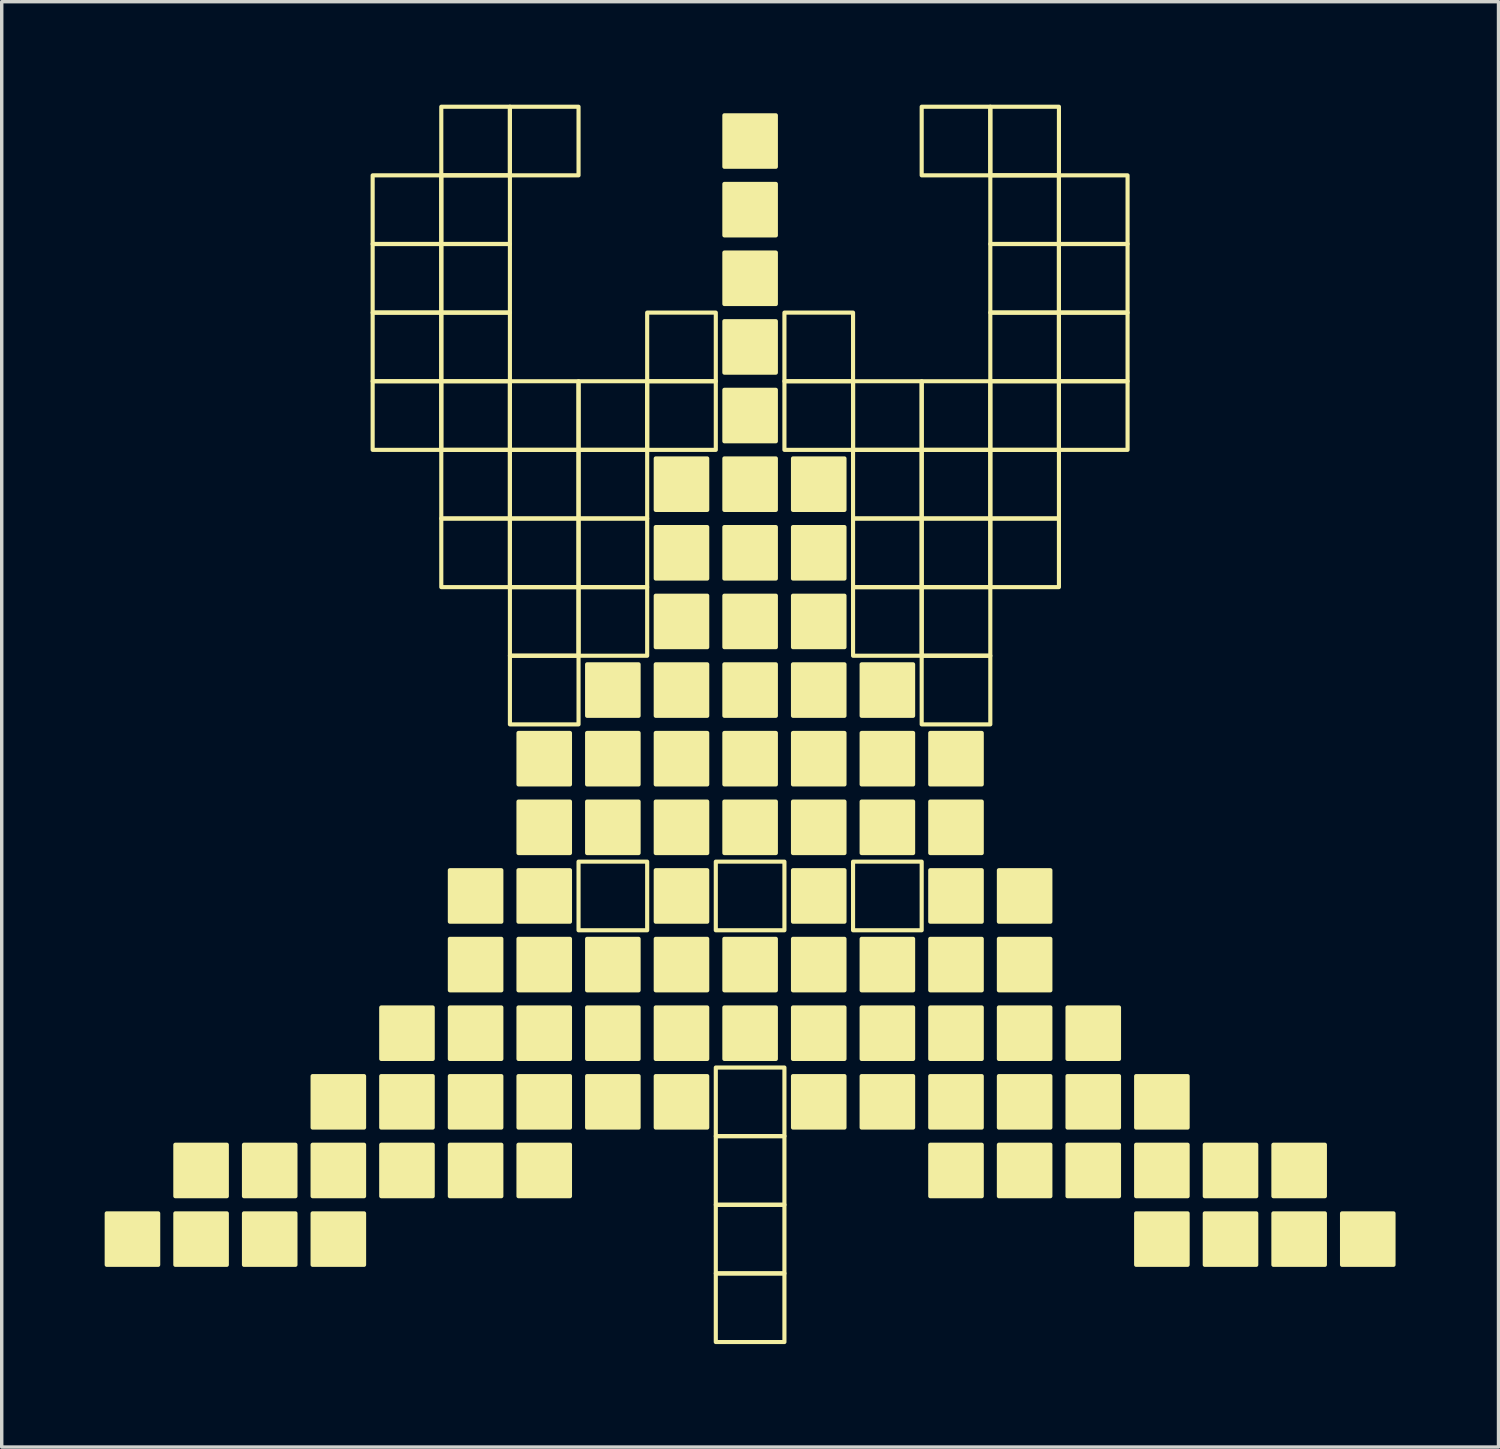
<source format=kicad_pcb>
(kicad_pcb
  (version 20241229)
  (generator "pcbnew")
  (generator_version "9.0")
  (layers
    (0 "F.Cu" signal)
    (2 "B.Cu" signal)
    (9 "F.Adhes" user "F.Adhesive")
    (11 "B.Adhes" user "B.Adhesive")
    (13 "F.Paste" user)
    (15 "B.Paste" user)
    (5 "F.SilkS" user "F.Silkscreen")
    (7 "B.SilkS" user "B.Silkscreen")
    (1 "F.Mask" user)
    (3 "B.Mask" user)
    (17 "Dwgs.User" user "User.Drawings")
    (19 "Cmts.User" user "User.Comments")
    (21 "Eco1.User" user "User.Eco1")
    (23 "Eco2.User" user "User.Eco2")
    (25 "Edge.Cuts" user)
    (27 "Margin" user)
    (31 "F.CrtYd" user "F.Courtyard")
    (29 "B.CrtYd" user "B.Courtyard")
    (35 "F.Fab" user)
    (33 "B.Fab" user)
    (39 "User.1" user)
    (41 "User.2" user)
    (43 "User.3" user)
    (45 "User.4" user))
  (footprint "Invader_high_medium"
    (layer "F.Cu")
    (at 18.81 18.06)
    (property "Reference" "Invader_high_medium" (at -0.273 0 180) (layer "User.1") (effects (font (size 1.524 1.524) (thickness 0.3))))
    (attr board_only exclude_from_pos_files exclude_from_bom)
    (fp_rect (start -18.75 14.25) (end -17.25 15.75) (stroke (width 0.12) (type solid)) (fill yes) (layer "F.SilkS"))
    (fp_rect (start -16.75 12.25) (end -15.25 13.75) (stroke (width 0.12) (type solid)) (fill yes) (layer "F.SilkS"))
    (fp_rect (start -16.75 14.25) (end -15.25 15.75) (stroke (width 0.12) (type solid)) (fill yes) (layer "F.SilkS"))
    (fp_rect (start -14.75 12.25) (end -13.25 13.75) (stroke (width 0.12) (type solid)) (fill yes) (layer "F.SilkS"))
    (fp_rect (start -14.75 14.25) (end -13.25 15.75) (stroke (width 0.12) (type solid)) (fill yes) (layer "F.SilkS"))
    (fp_rect (start -12.75 10.25) (end -11.25 11.75) (stroke (width 0.12) (type solid)) (fill yes) (layer "F.SilkS"))
    (fp_rect (start -12.75 12.25) (end -11.25 13.75) (stroke (width 0.12) (type solid)) (fill yes) (layer "F.SilkS"))
    (fp_rect (start -12.75 14.25) (end -11.25 15.75) (stroke (width 0.12) (type solid)) (fill yes) (layer "F.SilkS"))
    (fp_rect (start -11 -16) (end -9 -14) (stroke (width 0.12) (type solid)) (fill no) (layer "F.SilkS"))
    (fp_rect (start -11 -14) (end -9 -12) (stroke (width 0.12) (type solid)) (fill no) (layer "F.SilkS"))
    (fp_rect (start -11 -12) (end -9 -10) (stroke (width 0.12) (type solid)) (fill no) (layer "F.SilkS"))
    (fp_rect (start -11 -10) (end -9 -8) (stroke (width 0.12) (type solid)) (fill no) (layer "F.SilkS"))
    (fp_rect (start -10.75 8.25) (end -9.25 9.75) (stroke (width 0.12) (type solid)) (fill yes) (layer "F.SilkS"))
    (fp_rect (start -10.75 10.25) (end -9.25 11.75) (stroke (width 0.12) (type solid)) (fill yes) (layer "F.SilkS"))
    (fp_rect (start -10.75 12.25) (end -9.25 13.75) (stroke (width 0.12) (type solid)) (fill yes) (layer "F.SilkS"))
    (fp_rect (start -9 -18) (end -7 -16) (stroke (width 0.12) (type solid)) (fill no) (layer "F.SilkS"))
    (fp_rect (start -9 -16) (end -7 -14) (stroke (width 0.12) (type solid)) (fill no) (layer "F.SilkS"))
    (fp_rect (start -9 -14) (end -7 -12) (stroke (width 0.12) (type solid)) (fill no) (layer "F.SilkS"))
    (fp_rect (start -9 -12) (end -7 -10) (stroke (width 0.12) (type solid)) (fill no) (layer "F.SilkS"))
    (fp_rect (start -9 -10) (end -7 -8) (stroke (width 0.12) (type solid)) (fill no) (layer "F.SilkS"))
    (fp_rect (start -9 -8) (end -7 -6) (stroke (width 0.12) (type solid)) (fill no) (layer "F.SilkS"))
    (fp_rect (start -9 -6) (end -7 -4) (stroke (width 0.12) (type solid)) (fill no) (layer "F.SilkS"))
    (fp_rect (start -8.75 4.25) (end -7.25 5.75) (stroke (width 0.12) (type solid)) (fill yes) (layer "F.SilkS"))
    (fp_rect (start -8.75 6.25) (end -7.25 7.75) (stroke (width 0.12) (type solid)) (fill yes) (layer "F.SilkS"))
    (fp_rect (start -8.75 8.25) (end -7.25 9.75) (stroke (width 0.12) (type solid)) (fill yes) (layer "F.SilkS"))
    (fp_rect (start -8.75 10.25) (end -7.25 11.75) (stroke (width 0.12) (type solid)) (fill yes) (layer "F.SilkS"))
    (fp_rect (start -8.75 12.25) (end -7.25 13.75) (stroke (width 0.12) (type solid)) (fill yes) (layer "F.SilkS"))
    (fp_rect (start -7 -18) (end -5 -16) (stroke (width 0.12) (type solid)) (fill no) (layer "F.SilkS"))
    (fp_rect (start -7 -10) (end -5 -8) (stroke (width 0.12) (type solid)) (fill no) (layer "F.SilkS"))
    (fp_rect (start -7 -8) (end -5 -6) (stroke (width 0.12) (type solid)) (fill no) (layer "F.SilkS"))
    (fp_rect (start -7 -6) (end -5 -4) (stroke (width 0.12) (type solid)) (fill no) (layer "F.SilkS"))
    (fp_rect (start -7 -4) (end -5 -2) (stroke (width 0.12) (type solid)) (fill no) (layer "F.SilkS"))
    (fp_rect (start -7 -2) (end -5 0) (stroke (width 0.12) (type solid)) (fill no) (layer "F.SilkS"))
    (fp_rect (start -6.75 0.25) (end -5.25 1.75) (stroke (width 0.12) (type solid)) (fill yes) (layer "F.SilkS"))
    (fp_rect (start -6.75 2.25) (end -5.25 3.75) (stroke (width 0.12) (type solid)) (fill yes) (layer "F.SilkS"))
    (fp_rect (start -6.75 4.25) (end -5.25 5.75) (stroke (width 0.12) (type solid)) (fill yes) (layer "F.SilkS"))
    (fp_rect (start -6.75 6.25) (end -5.25 7.75) (stroke (width 0.12) (type solid)) (fill yes) (layer "F.SilkS"))
    (fp_rect (start -6.75 8.25) (end -5.25 9.75) (stroke (width 0.12) (type solid)) (fill yes) (layer "F.SilkS"))
    (fp_rect (start -6.75 10.25) (end -5.25 11.75) (stroke (width 0.12) (type solid)) (fill yes) (layer "F.SilkS"))
    (fp_rect (start -6.75 12.25) (end -5.25 13.75) (stroke (width 0.12) (type solid)) (fill yes) (layer "F.SilkS"))
    (fp_rect (start -5 -10) (end -3 -8) (stroke (width 0.12) (type solid)) (fill no) (layer "F.SilkS"))
    (fp_rect (start -5 -8) (end -3 -6) (stroke (width 0.12) (type solid)) (fill no) (layer "F.SilkS"))
    (fp_rect (start -5 -6) (end -3 -4) (stroke (width 0.12) (type solid)) (fill no) (layer "F.SilkS"))
    (fp_rect (start -5 -4) (end -3 -2) (stroke (width 0.12) (type solid)) (fill no) (layer "F.SilkS"))
    (fp_rect (start -5 4) (end -3 6) (stroke (width 0.12) (type solid)) (fill no) (layer "F.SilkS"))
    (fp_rect (start -4.75 -1.75) (end -3.25 -0.25) (stroke (width 0.12) (type solid)) (fill yes) (layer "F.SilkS"))
    (fp_rect (start -4.75 0.25) (end -3.25 1.75) (stroke (width 0.12) (type solid)) (fill yes) (layer "F.SilkS"))
    (fp_rect (start -4.75 2.25) (end -3.25 3.75) (stroke (width 0.12) (type solid)) (fill yes) (layer "F.SilkS"))
    (fp_rect (start -4.75 6.25) (end -3.25 7.75) (stroke (width 0.12) (type solid)) (fill yes) (layer "F.SilkS"))
    (fp_rect (start -4.75 8.25) (end -3.25 9.75) (stroke (width 0.12) (type solid)) (fill yes) (layer "F.SilkS"))
    (fp_rect (start -4.75 10.25) (end -3.25 11.75) (stroke (width 0.12) (type solid)) (fill yes) (layer "F.SilkS"))
    (fp_rect (start -3 -12) (end -1 -10) (stroke (width 0.12) (type solid)) (fill no) (layer "F.SilkS"))
    (fp_rect (start -3 -10) (end -1 -8) (stroke (width 0.12) (type solid)) (fill no) (layer "F.SilkS"))
    (fp_rect (start -2.75 -7.75) (end -1.25 -6.25) (stroke (width 0.12) (type solid)) (fill yes) (layer "F.SilkS"))
    (fp_rect (start -2.75 -5.75) (end -1.25 -4.25) (stroke (width 0.12) (type solid)) (fill yes) (layer "F.SilkS"))
    (fp_rect (start -2.75 -3.75) (end -1.25 -2.25) (stroke (width 0.12) (type solid)) (fill yes) (layer "F.SilkS"))
    (fp_rect (start -2.75 -1.75) (end -1.25 -0.25) (stroke (width 0.12) (type solid)) (fill yes) (layer "F.SilkS"))
    (fp_rect (start -2.75 0.25) (end -1.25 1.75) (stroke (width 0.12) (type solid)) (fill yes) (layer "F.SilkS"))
    (fp_rect (start -2.75 2.25) (end -1.25 3.75) (stroke (width 0.12) (type solid)) (fill yes) (layer "F.SilkS"))
    (fp_rect (start -2.75 4.25) (end -1.25 5.75) (stroke (width 0.12) (type solid)) (fill yes) (layer "F.SilkS"))
    (fp_rect (start -2.75 6.25) (end -1.25 7.75) (stroke (width 0.12) (type solid)) (fill yes) (layer "F.SilkS"))
    (fp_rect (start -2.75 8.25) (end -1.25 9.75) (stroke (width 0.12) (type solid)) (fill yes) (layer "F.SilkS"))
    (fp_rect (start -2.75 10.25) (end -1.25 11.75) (stroke (width 0.12) (type solid)) (fill yes) (layer "F.SilkS"))
    (fp_rect (start -1 4) (end 1 6) (stroke (width 0.12) (type solid)) (fill no) (layer "F.SilkS"))
    (fp_rect (start -1 10) (end 1 12) (stroke (width 0.12) (type solid)) (fill no) (layer "F.SilkS"))
    (fp_rect (start -1 12) (end 1 14) (stroke (width 0.12) (type solid)) (fill no) (layer "F.SilkS"))
    (fp_rect (start -1 14) (end 1 16) (stroke (width 0.12) (type solid)) (fill no) (layer "F.SilkS"))
    (fp_rect (start -1 16) (end 1 18) (stroke (width 0.12) (type solid)) (fill no) (layer "F.SilkS"))
    (fp_rect (start -0.75 -17.75) (end 0.75 -16.25) (stroke (width 0.12) (type solid)) (fill yes) (layer "F.SilkS"))
    (fp_rect (start -0.75 -15.75) (end 0.75 -14.25) (stroke (width 0.12) (type solid)) (fill yes) (layer "F.SilkS"))
    (fp_rect (start -0.75 -13.75) (end 0.75 -12.25) (stroke (width 0.12) (type solid)) (fill yes) (layer "F.SilkS"))
    (fp_rect (start -0.75 -11.75) (end 0.75 -10.25) (stroke (width 0.12) (type solid)) (fill yes) (layer "F.SilkS"))
    (fp_rect (start -0.75 -9.75) (end 0.75 -8.25) (stroke (width 0.12) (type solid)) (fill yes) (layer "F.SilkS"))
    (fp_rect (start -0.75 -7.75) (end 0.75 -6.25) (stroke (width 0.12) (type solid)) (fill yes) (layer "F.SilkS"))
    (fp_rect (start -0.75 -5.75) (end 0.75 -4.25) (stroke (width 0.12) (type solid)) (fill yes) (layer "F.SilkS"))
    (fp_rect (start -0.75 -3.75) (end 0.75 -2.25) (stroke (width 0.12) (type solid)) (fill yes) (layer "F.SilkS"))
    (fp_rect (start -0.75 -1.75) (end 0.75 -0.25) (stroke (width 0.12) (type solid)) (fill yes) (layer "F.SilkS"))
    (fp_rect (start -0.75 0.25) (end 0.75 1.75) (stroke (width 0.12) (type solid)) (fill yes) (layer "F.SilkS"))
    (fp_rect (start -0.75 2.25) (end 0.75 3.75) (stroke (width 0.12) (type solid)) (fill yes) (layer "F.SilkS"))
    (fp_rect (start -0.75 6.25) (end 0.75 7.75) (stroke (width 0.12) (type solid)) (fill yes) (layer "F.SilkS"))
    (fp_rect (start -0.75 8.25) (end 0.75 9.75) (stroke (width 0.12) (type solid)) (fill yes) (layer "F.SilkS"))
    (fp_rect (start 1 -12) (end 3 -10) (stroke (width 0.12) (type solid)) (fill no) (layer "F.SilkS"))
    (fp_rect (start 1 -10) (end 3 -8) (stroke (width 0.12) (type solid)) (fill no) (layer "F.SilkS"))
    (fp_rect (start 1.25 -7.75) (end 2.75 -6.25) (stroke (width 0.12) (type solid)) (fill yes) (layer "F.SilkS"))
    (fp_rect (start 1.25 -5.75) (end 2.75 -4.25) (stroke (width 0.12) (type solid)) (fill yes) (layer "F.SilkS"))
    (fp_rect (start 1.25 -3.75) (end 2.75 -2.25) (stroke (width 0.12) (type solid)) (fill yes) (layer "F.SilkS"))
    (fp_rect (start 1.25 -1.75) (end 2.75 -0.25) (stroke (width 0.12) (type solid)) (fill yes) (layer "F.SilkS"))
    (fp_rect (start 1.25 0.25) (end 2.75 1.75) (stroke (width 0.12) (type solid)) (fill yes) (layer "F.SilkS"))
    (fp_rect (start 1.25 2.25) (end 2.75 3.75) (stroke (width 0.12) (type solid)) (fill yes) (layer "F.SilkS"))
    (fp_rect (start 1.25 4.25) (end 2.75 5.75) (stroke (width 0.12) (type solid)) (fill yes) (layer "F.SilkS"))
    (fp_rect (start 1.25 6.25) (end 2.75 7.75) (stroke (width 0.12) (type solid)) (fill yes) (layer "F.SilkS"))
    (fp_rect (start 1.25 8.25) (end 2.75 9.75) (stroke (width 0.12) (type solid)) (fill yes) (layer "F.SilkS"))
    (fp_rect (start 1.25 10.25) (end 2.75 11.75) (stroke (width 0.12) (type solid)) (fill yes) (layer "F.SilkS"))
    (fp_rect (start 3 -10) (end 5 -8) (stroke (width 0.12) (type solid)) (fill no) (layer "F.SilkS"))
    (fp_rect (start 3 -8) (end 5 -6) (stroke (width 0.12) (type solid)) (fill no) (layer "F.SilkS"))
    (fp_rect (start 3 -6) (end 5 -4) (stroke (width 0.12) (type solid)) (fill no) (layer "F.SilkS"))
    (fp_rect (start 3 -4) (end 5 -2) (stroke (width 0.12) (type solid)) (fill no) (layer "F.SilkS"))
    (fp_rect (start 3 4) (end 5 6) (stroke (width 0.12) (type solid)) (fill no) (layer "F.SilkS"))
    (fp_rect (start 3.25 -1.75) (end 4.75 -0.25) (stroke (width 0.12) (type solid)) (fill yes) (layer "F.SilkS"))
    (fp_rect (start 3.25 0.25) (end 4.75 1.75) (stroke (width 0.12) (type solid)) (fill yes) (layer "F.SilkS"))
    (fp_rect (start 3.25 2.25) (end 4.75 3.75) (stroke (width 0.12) (type solid)) (fill yes) (layer "F.SilkS"))
    (fp_rect (start 3.25 6.25) (end 4.75 7.75) (stroke (width 0.12) (type solid)) (fill yes) (layer "F.SilkS"))
    (fp_rect (start 3.25 8.25) (end 4.75 9.75) (stroke (width 0.12) (type solid)) (fill yes) (layer "F.SilkS"))
    (fp_rect (start 3.25 10.25) (end 4.75 11.75) (stroke (width 0.12) (type solid)) (fill yes) (layer "F.SilkS"))
    (fp_rect (start 5 -18) (end 7 -16) (stroke (width 0.12) (type solid)) (fill no) (layer "F.SilkS"))
    (fp_rect (start 5 -10) (end 7 -8) (stroke (width 0.12) (type solid)) (fill no) (layer "F.SilkS"))
    (fp_rect (start 5 -8) (end 7 -6) (stroke (width 0.12) (type solid)) (fill no) (layer "F.SilkS"))
    (fp_rect (start 5 -6) (end 7 -4) (stroke (width 0.12) (type solid)) (fill no) (layer "F.SilkS"))
    (fp_rect (start 5 -4) (end 7 -2) (stroke (width 0.12) (type solid)) (fill no) (layer "F.SilkS"))
    (fp_rect (start 5 -2) (end 7 0) (stroke (width 0.12) (type solid)) (fill no) (layer "F.SilkS"))
    (fp_rect (start 5.25 0.25) (end 6.75 1.75) (stroke (width 0.12) (type solid)) (fill yes) (layer "F.SilkS"))
    (fp_rect (start 5.25 2.25) (end 6.75 3.75) (stroke (width 0.12) (type solid)) (fill yes) (layer "F.SilkS"))
    (fp_rect (start 5.25 4.25) (end 6.75 5.75) (stroke (width 0.12) (type solid)) (fill yes) (layer "F.SilkS"))
    (fp_rect (start 5.25 6.25) (end 6.75 7.75) (stroke (width 0.12) (type solid)) (fill yes) (layer "F.SilkS"))
    (fp_rect (start 5.25 8.25) (end 6.75 9.75) (stroke (width 0.12) (type solid)) (fill yes) (layer "F.SilkS"))
    (fp_rect (start 5.25 10.25) (end 6.75 11.75) (stroke (width 0.12) (type solid)) (fill yes) (layer "F.SilkS"))
    (fp_rect (start 5.25 12.25) (end 6.75 13.75) (stroke (width 0.12) (type solid)) (fill yes) (layer "F.SilkS"))
    (fp_rect (start 7 -18) (end 9 -16) (stroke (width 0.12) (type solid)) (fill no) (layer "F.SilkS"))
    (fp_rect (start 7 -16) (end 9 -14) (stroke (width 0.12) (type solid)) (fill no) (layer "F.SilkS"))
    (fp_rect (start 7 -14) (end 9 -12) (stroke (width 0.12) (type solid)) (fill no) (layer "F.SilkS"))
    (fp_rect (start 7 -12) (end 9 -10) (stroke (width 0.12) (type solid)) (fill no) (layer "F.SilkS"))
    (fp_rect (start 7 -10) (end 9 -8) (stroke (width 0.12) (type solid)) (fill no) (layer "F.SilkS"))
    (fp_rect (start 7 -8) (end 9 -6) (stroke (width 0.12) (type solid)) (fill no) (layer "F.SilkS"))
    (fp_rect (start 7 -6) (end 9 -4) (stroke (width 0.12) (type solid)) (fill no) (layer "F.SilkS"))
    (fp_rect (start 7.25 4.25) (end 8.75 5.75) (stroke (width 0.12) (type solid)) (fill yes) (layer "F.SilkS"))
    (fp_rect (start 7.25 6.25) (end 8.75 7.75) (stroke (width 0.12) (type solid)) (fill yes) (layer "F.SilkS"))
    (fp_rect (start 7.25 8.25) (end 8.75 9.75) (stroke (width 0.12) (type solid)) (fill yes) (layer "F.SilkS"))
    (fp_rect (start 7.25 10.25) (end 8.75 11.75) (stroke (width 0.12) (type solid)) (fill yes) (layer "F.SilkS"))
    (fp_rect (start 7.25 12.25) (end 8.75 13.75) (stroke (width 0.12) (type solid)) (fill yes) (layer "F.SilkS"))
    (fp_rect (start 9 -16) (end 11 -14) (stroke (width 0.12) (type solid)) (fill no) (layer "F.SilkS"))
    (fp_rect (start 9 -14) (end 11 -12) (stroke (width 0.12) (type solid)) (fill no) (layer "F.SilkS"))
    (fp_rect (start 9 -12) (end 11 -10) (stroke (width 0.12) (type solid)) (fill no) (layer "F.SilkS"))
    (fp_rect (start 9 -10) (end 11 -8) (stroke (width 0.12) (type solid)) (fill no) (layer "F.SilkS"))
    (fp_rect (start 9.25 8.25) (end 10.75 9.75) (stroke (width 0.12) (type solid)) (fill yes) (layer "F.SilkS"))
    (fp_rect (start 9.25 10.25) (end 10.75 11.75) (stroke (width 0.12) (type solid)) (fill yes) (layer "F.SilkS"))
    (fp_rect (start 9.25 12.25) (end 10.75 13.75) (stroke (width 0.12) (type solid)) (fill yes) (layer "F.SilkS"))
    (fp_rect (start 11.25 10.25) (end 12.75 11.75) (stroke (width 0.12) (type solid)) (fill yes) (layer "F.SilkS"))
    (fp_rect (start 11.25 12.25) (end 12.75 13.75) (stroke (width 0.12) (type solid)) (fill yes) (layer "F.SilkS"))
    (fp_rect (start 11.25 14.25) (end 12.75 15.75) (stroke (width 0.12) (type solid)) (fill yes) (layer "F.SilkS"))
    (fp_rect (start 13.25 12.25) (end 14.75 13.75) (stroke (width 0.12) (type solid)) (fill yes) (layer "F.SilkS"))
    (fp_rect (start 13.25 14.25) (end 14.75 15.75) (stroke (width 0.12) (type solid)) (fill yes) (layer "F.SilkS"))
    (fp_rect (start 15.25 12.25) (end 16.75 13.75) (stroke (width 0.12) (type solid)) (fill yes) (layer "F.SilkS"))
    (fp_rect (start 15.25 14.25) (end 16.75 15.75) (stroke (width 0.12) (type solid)) (fill yes) (layer "F.SilkS"))
    (fp_rect (start 17.25 14.25) (end 18.75 15.75) (stroke (width 0.12) (type solid)) (fill yes) (layer "F.SilkS")))
  (gr_rect
    (start -3 -3)
    (end 40.62 39.12)
    (stroke (width 0.1) (type default))
    (fill no)
    (layer "Edge.Cuts")))
</source>
